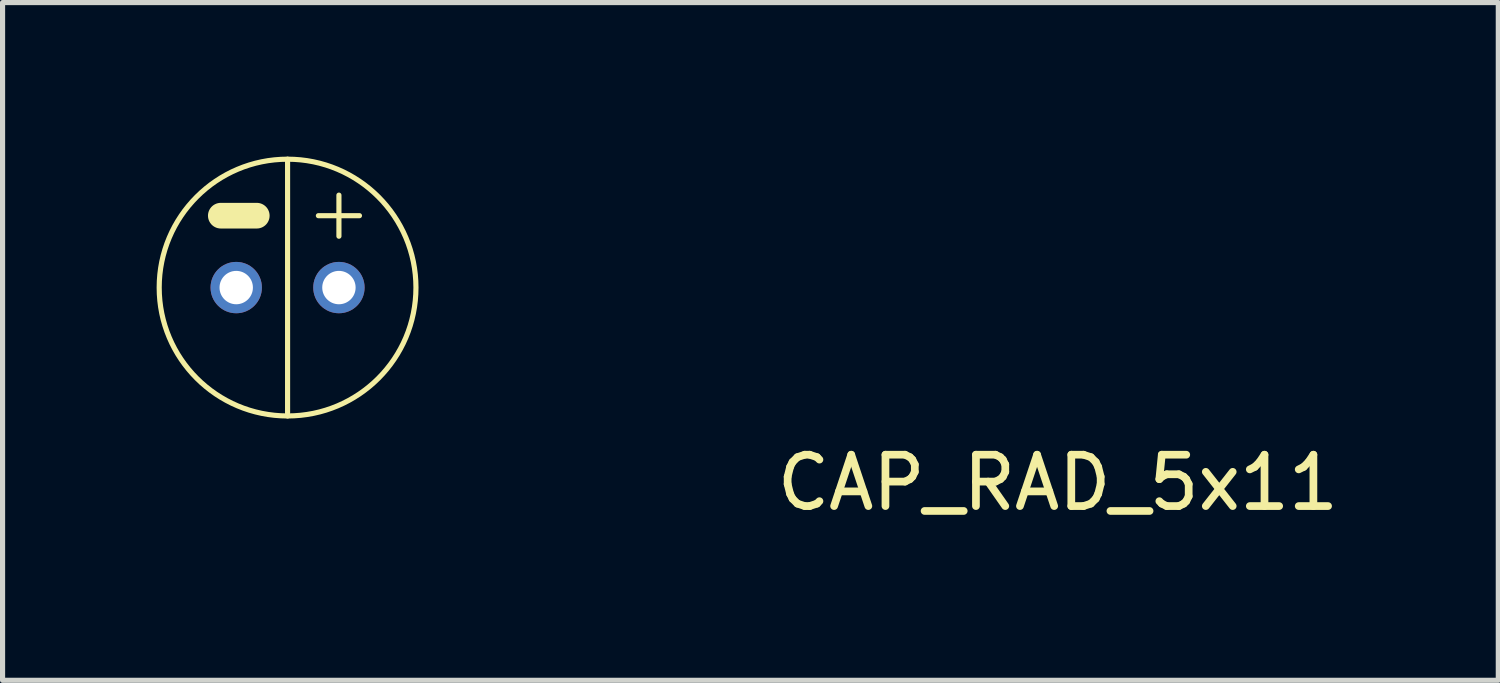
<source format=kicad_pcb>
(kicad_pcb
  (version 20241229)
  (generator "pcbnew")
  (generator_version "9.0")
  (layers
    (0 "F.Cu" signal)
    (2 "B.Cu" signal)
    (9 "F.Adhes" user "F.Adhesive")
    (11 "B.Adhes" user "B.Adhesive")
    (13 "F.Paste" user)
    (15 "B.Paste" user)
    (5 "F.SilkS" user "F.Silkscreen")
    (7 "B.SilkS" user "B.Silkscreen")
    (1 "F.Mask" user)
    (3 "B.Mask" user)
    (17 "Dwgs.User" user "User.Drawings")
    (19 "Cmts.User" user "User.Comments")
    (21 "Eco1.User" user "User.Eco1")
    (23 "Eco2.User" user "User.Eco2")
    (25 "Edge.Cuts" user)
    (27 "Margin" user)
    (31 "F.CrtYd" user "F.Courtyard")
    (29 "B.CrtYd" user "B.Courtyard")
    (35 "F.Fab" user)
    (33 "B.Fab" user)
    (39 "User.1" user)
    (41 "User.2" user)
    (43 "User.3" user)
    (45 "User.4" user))
  (footprint "CAP_RAD_5x11"
    (layer "F.Cu")
    (at 2.55 2.55)
    (property "Reference" "CAP_RAD_5x11" (at 15 3.8 0) (layer "F.SilkS") (effects (font (size 1 1) (thickness 0.15))))
    (attr through_hole)
    (fp_line (start -1.3 -1.4) (end -0.6 -1.4) (stroke (width 0.5) (type solid)) (layer "F.SilkS"))
    (fp_line (start 0 -2.5) (end 0 2.5) (stroke (width 0.1) (type solid)) (layer "F.SilkS"))
    (fp_line (start 0.6 -1.4) (end 1.4 -1.4) (stroke (width 0.1) (type solid)) (layer "F.SilkS"))
    (fp_line (start 1 -1.8) (end 1 -1) (stroke (width 0.1) (type solid)) (layer "F.SilkS"))
    (fp_circle (center 0 0) (end -2.5 0) (stroke (width 0.1) (type solid)) (fill no) (layer "F.SilkS"))
    (pad "1" thru_hole circle (at -1 0) (size 1 1) (drill 0.65) (layers "*.Cu" "*.Mask"))
    (pad "2" thru_hole circle (at 1 0) (size 1 1) (drill 0.65) (layers "*.Cu" "*.Mask")))
  (gr_rect
    (start -3 -3)
    (end 26.127 10.198)
    (stroke (width 0.1) (type default))
    (fill no)
    (layer "Edge.Cuts")))
</source>
